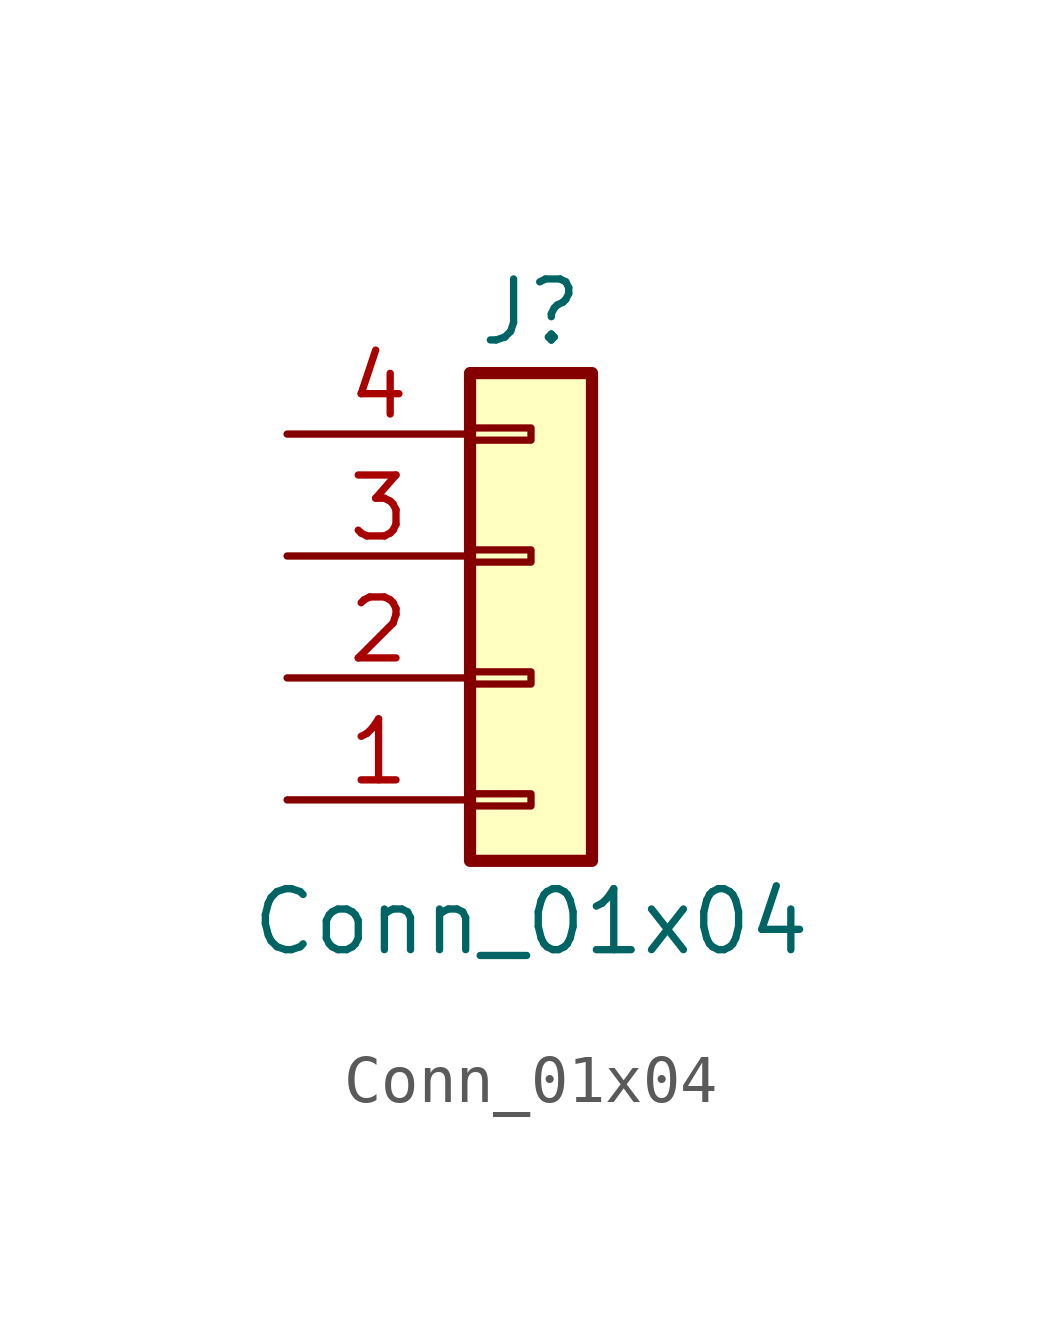
<source format=kicad_sym>
(kicad_symbol_lib
  (version 20231120)
  (generator "kicad_symbol_editor")
  (generator_version "8.0")
  (symbol "Conn_01x04"
    (pin_names
      (offset 1.016) hide)
    (property "Reference" "J"
      (at 0 5.08 0)
      (effects (font (size 1.27 1.27))))
    (property "Value" "Conn_01x04"
      (at 0 -7.62 0)
      (effects (font (size 1.27 1.27))))
    (symbol "Conn_01x04_1_1"
      (rectangle (start -1.27 -4.953) (end 0 -5.207) (stroke (width 0.152) (type default)) (fill (type none)))
      (rectangle (start -1.27 -2.413) (end 0 -2.667) (stroke (width 0.152) (type default)) (fill (type none)))
      (rectangle (start -1.27 0.127) (end 0 -0.127) (stroke (width 0.152) (type default)) (fill (type none)))
      (rectangle (start -1.27 2.667) (end 0 2.413) (stroke (width 0.152) (type default)) (fill (type none)))
      (rectangle (start -1.27 3.81) (end 1.27 -6.35) (stroke (width 0.254) (type default)) (fill (type background)))
      (pin passive line (at -5.08 -5.08 0) (length 3.81) (name "Pin_4" (effects (font (size 1.27 1.27)))) (number "1" (effects (font (size 1.27 1.27)))))
      (pin passive line (at -5.08 -2.54 0) (length 3.81) (name "Pin_3" (effects (font (size 1.27 1.27)))) (number "2" (effects (font (size 1.27 1.27)))))
      (pin passive line (at -5.08 0 0) (length 3.81) (name "Pin_2" (effects (font (size 1.27 1.27)))) (number "3" (effects (font (size 1.27 1.27)))))
      (pin passive line (at -5.08 2.54 0) (length 3.81) (name "Pin_1" (effects (font (size 1.27 1.27)))) (number "4" (effects (font (size 1.27 1.27))))))))
</source>
